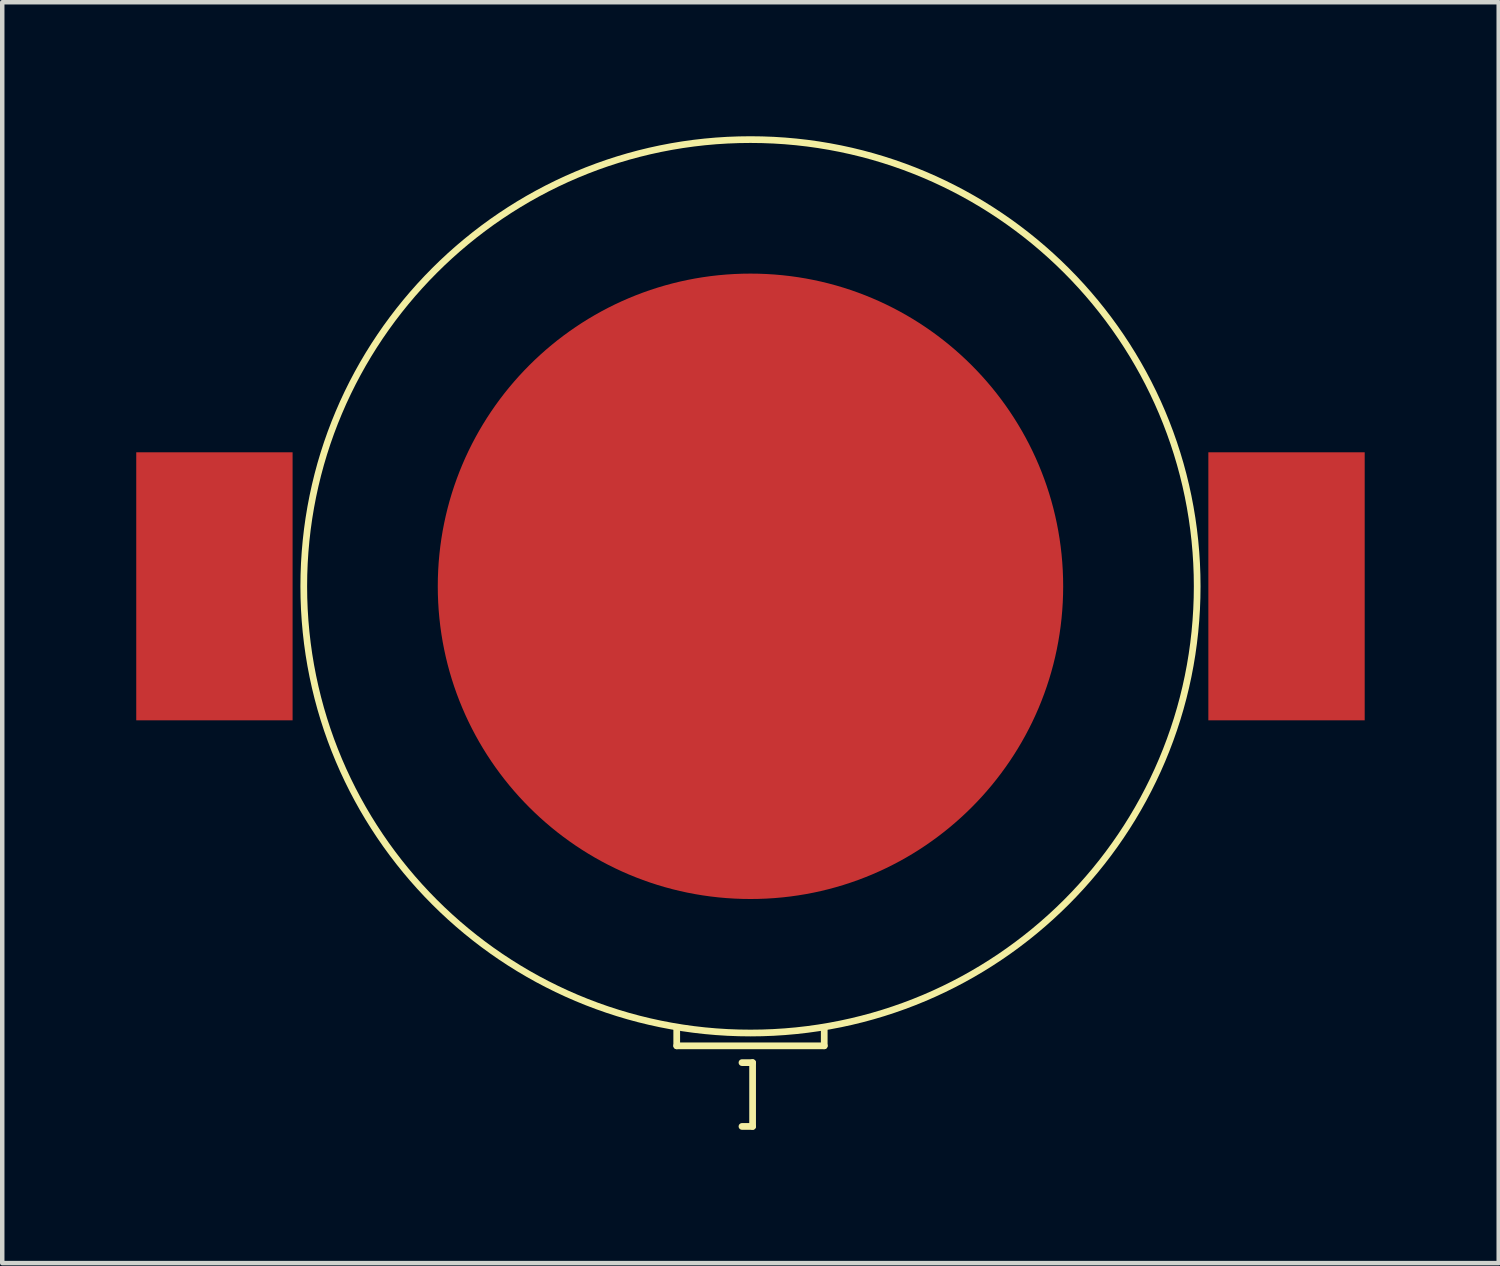
<source format=kicad_pcb>
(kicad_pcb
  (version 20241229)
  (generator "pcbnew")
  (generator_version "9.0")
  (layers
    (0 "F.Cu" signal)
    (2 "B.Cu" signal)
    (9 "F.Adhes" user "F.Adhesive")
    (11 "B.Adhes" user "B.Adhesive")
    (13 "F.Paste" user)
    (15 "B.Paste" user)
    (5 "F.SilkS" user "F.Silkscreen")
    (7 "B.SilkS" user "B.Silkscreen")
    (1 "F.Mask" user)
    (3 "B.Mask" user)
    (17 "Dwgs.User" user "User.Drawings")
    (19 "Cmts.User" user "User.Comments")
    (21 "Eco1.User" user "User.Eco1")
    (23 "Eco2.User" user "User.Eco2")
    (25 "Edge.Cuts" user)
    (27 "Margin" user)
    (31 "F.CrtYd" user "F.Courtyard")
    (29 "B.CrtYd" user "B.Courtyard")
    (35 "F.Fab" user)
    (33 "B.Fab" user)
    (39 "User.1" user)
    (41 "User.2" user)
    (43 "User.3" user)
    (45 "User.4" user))
  (footprint "]"
    (layer "F.Cu")
    (at 13.75 10.075)
    (property "Reference" "]" (at 0 11.303 0) (layer "F.SilkS") (effects (font (size 1 1) (thickness 0.15))))
    (attr through_hole)
    (fp_line (start -1.651 9.906) (end -1.651 10.287) (stroke (width 0.15) (type solid)) (layer "F.SilkS"))
    (fp_line (start -1.651 10.287) (end 1.651 10.287) (stroke (width 0.15) (type solid)) (layer "F.SilkS"))
    (fp_line (start 1.651 10.287) (end 1.651 9.906) (stroke (width 0.15) (type solid)) (layer "F.SilkS"))
    (fp_circle (center 0 0) (end 10 0) (stroke (width 0.15) (type solid)) (fill no) (layer "F.SilkS"))
    (pad "1" smd rect (at -12 0) (size 3.5 6) (layers "F.Cu" "F.Mask" "F.Paste"))
    (pad "1" smd rect (at 12 0) (size 3.5 6) (layers "F.Cu" "F.Mask" "F.Paste"))
    (pad "2" smd circle (at 0 0) (size 14 14) (layers "F.Cu" "F.Mask" "F.Paste")))
  (gr_rect
    (start -3 -3)
    (end 30.5 25.226)
    (stroke (width 0.1) (type default))
    (fill no)
    (layer "Edge.Cuts")))
</source>
